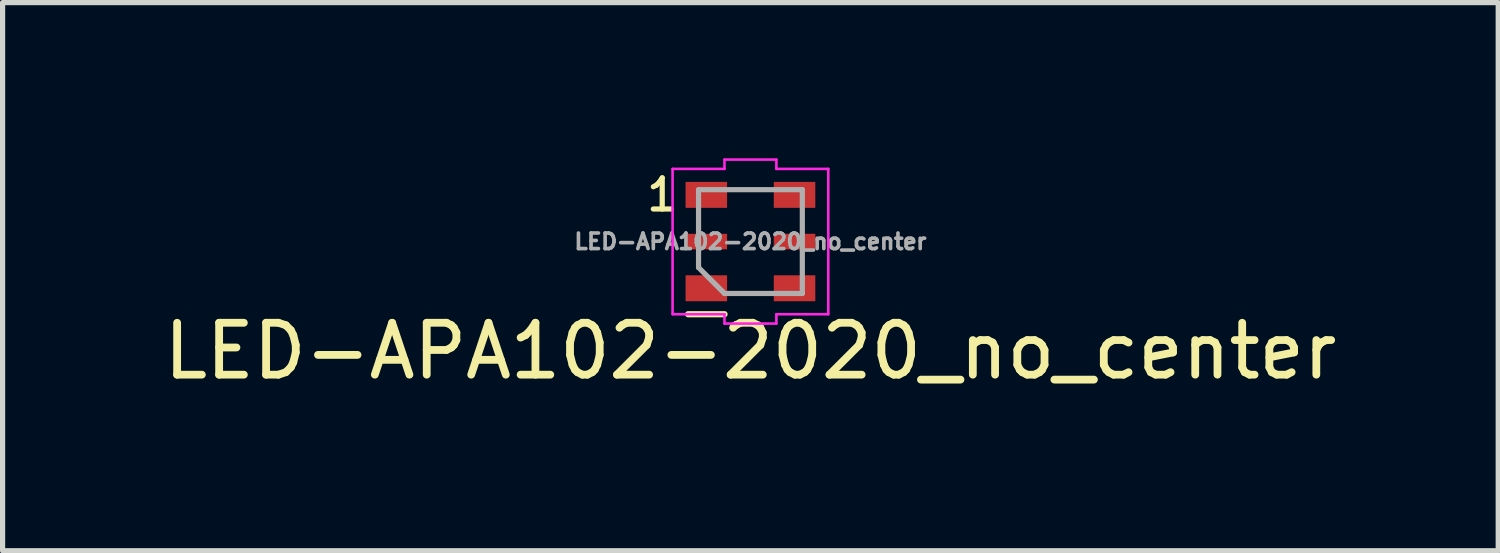
<source format=kicad_pcb>
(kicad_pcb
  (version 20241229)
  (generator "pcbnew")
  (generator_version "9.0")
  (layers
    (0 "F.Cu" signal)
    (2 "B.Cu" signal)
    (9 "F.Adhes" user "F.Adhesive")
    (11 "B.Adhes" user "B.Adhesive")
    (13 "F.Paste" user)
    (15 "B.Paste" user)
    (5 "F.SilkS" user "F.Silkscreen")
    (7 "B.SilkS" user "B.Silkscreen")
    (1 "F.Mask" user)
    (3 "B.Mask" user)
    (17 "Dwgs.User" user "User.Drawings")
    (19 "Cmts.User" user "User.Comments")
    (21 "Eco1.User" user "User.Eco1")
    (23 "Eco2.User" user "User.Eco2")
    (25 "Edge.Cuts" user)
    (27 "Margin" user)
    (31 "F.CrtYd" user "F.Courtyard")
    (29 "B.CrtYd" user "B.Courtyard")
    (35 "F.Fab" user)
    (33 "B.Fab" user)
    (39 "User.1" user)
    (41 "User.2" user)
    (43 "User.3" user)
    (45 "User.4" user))
  (footprint "LED-APA102-2020_no_center"
    (layer "F.Cu")
    (at 11.411 1.605)
    (property "Reference" "LED-APA102-2020_no_center" (at 0 2.11 0) (layer "F.SilkS") (effects (font (size 1 1) (thickness 0.15))))
    (attr smd)
    (fp_line (start -1.2 1.4) (end -0.5 1.4) (stroke (width 0.12) (type solid)) (layer "F.SilkS"))
    (fp_line (start -1.5 -1.4) (end -1.5 1.4) (stroke (width 0.05) (type solid)) (layer "F.CrtYd"))
    (fp_line (start -1.5 -1.4) (end -0.5 -1.4) (stroke (width 0.05) (type solid)) (layer "F.CrtYd"))
    (fp_line (start -0.5 -1.58) (end 0.5 -1.58) (stroke (width 0.05) (type solid)) (layer "F.CrtYd"))
    (fp_line (start -0.5 -1.4) (end -0.5 -1.58) (stroke (width 0.05) (type solid)) (layer "F.CrtYd"))
    (fp_line (start -0.5 1.4) (end -1.5 1.4) (stroke (width 0.05) (type solid)) (layer "F.CrtYd"))
    (fp_line (start -0.5 1.4) (end -0.5 1.58) (stroke (width 0.05) (type solid)) (layer "F.CrtYd"))
    (fp_line (start -0.5 1.58) (end 0.5 1.58) (stroke (width 0.05) (type solid)) (layer "F.CrtYd"))
    (fp_line (start 0.5 -1.58) (end 0.5 -1.4) (stroke (width 0.05) (type solid)) (layer "F.CrtYd"))
    (fp_line (start 0.5 -1.4) (end 1.5 -1.4) (stroke (width 0.05) (type solid)) (layer "F.CrtYd"))
    (fp_line (start 0.5 1.58) (end 0.5 1.4) (stroke (width 0.05) (type solid)) (layer "F.CrtYd"))
    (fp_line (start 1.5 -1.4) (end 1.5 1.4) (stroke (width 0.05) (type solid)) (layer "F.CrtYd"))
    (fp_line (start 1.5 1.4) (end 0.5 1.4) (stroke (width 0.05) (type solid)) (layer "F.CrtYd"))
    (fp_line (start -1 -1) (end 1 -1) (stroke (width 0.1) (type solid)) (layer "F.Fab"))
    (fp_line (start -1 0.5) (end -1 -1) (stroke (width 0.1) (type solid)) (layer "F.Fab"))
    (fp_line (start -1 0.5) (end -0.5 1) (stroke (width 0.1) (type solid)) (layer "F.Fab"))
    (fp_line (start 1 -1) (end 1 1) (stroke (width 0.1) (type solid)) (layer "F.Fab"))
    (fp_line (start 1 1) (end -0.5 1) (stroke (width 0.1) (type solid)) (layer "F.Fab"))
    (fp_text user "1" (at -1.7 -0.9 0) (layer "F.SilkS") (effects (font (size 0.6 0.6) (thickness 0.1))))
    (fp_text user "${REFERENCE}" (at 0 0 0) (layer "F.Fab") (effects (font (size 0.3 0.3) (thickness 0.07))))
    (pad "1" smd rect (at -0.85 -0.9) (size 0.8 0.5) (layers "F.Cu" "F.Mask" "F.Paste"))
    (pad "2" smd rect (at -0.85 0) (size 0.8 0.3) (layers "F.Cu" "F.Mask" "F.Paste"))
    (pad "3" smd rect (at -0.85 0.9) (size 0.8 0.5) (layers "F.Cu" "F.Mask" "F.Paste"))
    (pad "4" smd rect (at 0.85 0.9) (size 0.8 0.5) (layers "F.Cu" "F.Mask" "F.Paste"))
    (pad "5" smd rect (at 0.85 0) (size 0.8 0.3) (layers "F.Cu" "F.Mask" "F.Paste"))
    (pad "6" smd rect (at 0.85 -0.9) (size 0.8 0.5) (layers "F.Cu" "F.Mask" "F.Paste")))
  (gr_rect
    (start -3 -3)
    (end 25.821 7.563)
    (stroke (width 0.1) (type default))
    (fill no)
    (layer "Edge.Cuts")))
</source>
